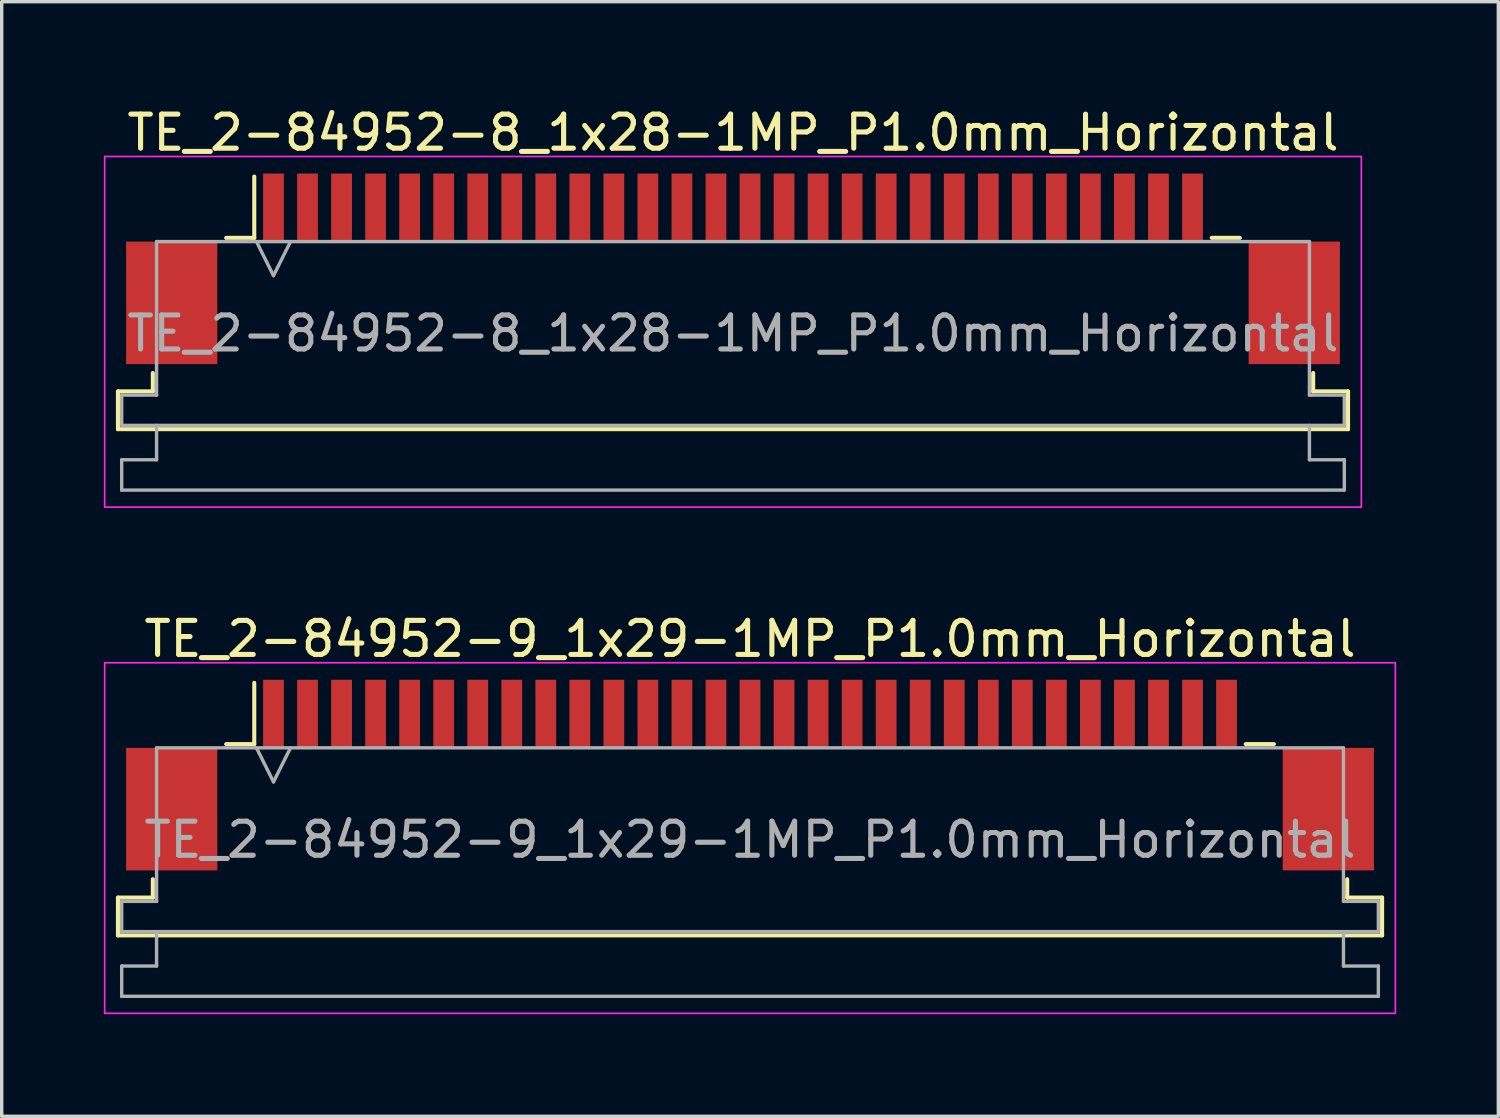
<source format=kicad_pcb>
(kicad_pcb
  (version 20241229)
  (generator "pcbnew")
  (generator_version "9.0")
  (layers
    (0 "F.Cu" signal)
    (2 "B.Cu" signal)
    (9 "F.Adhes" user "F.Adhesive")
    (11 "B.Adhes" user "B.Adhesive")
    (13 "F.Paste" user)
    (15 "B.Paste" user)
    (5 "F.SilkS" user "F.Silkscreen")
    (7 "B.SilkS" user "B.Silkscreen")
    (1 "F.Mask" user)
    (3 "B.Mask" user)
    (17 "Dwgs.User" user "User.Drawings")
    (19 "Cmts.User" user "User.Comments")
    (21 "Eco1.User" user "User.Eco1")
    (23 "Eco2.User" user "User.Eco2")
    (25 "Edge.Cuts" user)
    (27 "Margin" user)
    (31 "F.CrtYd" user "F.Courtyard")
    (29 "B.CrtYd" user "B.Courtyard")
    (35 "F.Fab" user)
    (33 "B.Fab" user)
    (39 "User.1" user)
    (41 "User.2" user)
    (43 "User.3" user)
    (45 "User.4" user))
  (footprint "TE_2-84952-9_1x29-1MP_P1.0mm_Horizontal"
    (layer "F.Cu")
    (at 18.985 19.721)
    (property "Reference" "TE_2-84952-9_1x29-1MP_P1.0mm_Horizontal" (at 0 -4 0) (layer "F.SilkS") (effects (font (size 1 1) (thickness 0.15))))
    (attr smd)
    (fp_line (start -18.57 3.6) (end -17.545 3.6) (stroke (width 0.12) (type solid)) (layer "F.SilkS"))
    (fp_line (start -18.57 4.71) (end -18.57 3.6) (stroke (width 0.12) (type solid)) (layer "F.SilkS"))
    (fp_line (start -17.545 3.6) (end -17.545 3.06) (stroke (width 0.12) (type solid)) (layer "F.SilkS"))
    (fp_line (start -15.39 -0.91) (end -14.565 -0.91) (stroke (width 0.12) (type solid)) (layer "F.SilkS"))
    (fp_line (start -14.565 -0.91) (end -14.565 -2.71) (stroke (width 0.12) (type solid)) (layer "F.SilkS"))
    (fp_line (start 14.565 -0.91) (end 15.39 -0.91) (stroke (width 0.12) (type solid)) (layer "F.SilkS"))
    (fp_line (start 17.545 3.06) (end 17.545 3.6) (stroke (width 0.12) (type solid)) (layer "F.SilkS"))
    (fp_line (start 17.545 3.6) (end 18.57 3.6) (stroke (width 0.12) (type solid)) (layer "F.SilkS"))
    (fp_line (start 18.57 3.6) (end 18.57 4.71) (stroke (width 0.12) (type solid)) (layer "F.SilkS"))
    (fp_line (start 18.57 4.71) (end -18.57 4.71) (stroke (width 0.12) (type solid)) (layer "F.SilkS"))
    (fp_line (start -18.96 -3.3) (end -18.96 7) (stroke (width 0.05) (type solid)) (layer "F.CrtYd"))
    (fp_line (start -18.96 7) (end 18.96 7) (stroke (width 0.05) (type solid)) (layer "F.CrtYd"))
    (fp_line (start 18.96 -3.3) (end -18.96 -3.3) (stroke (width 0.05) (type solid)) (layer "F.CrtYd"))
    (fp_line (start 18.96 7) (end 18.96 -3.3) (stroke (width 0.05) (type solid)) (layer "F.CrtYd"))
    (fp_line (start -18.46 3.71) (end -17.435 3.71) (stroke (width 0.1) (type solid)) (layer "F.Fab"))
    (fp_line (start -18.46 4.6) (end -18.46 3.71) (stroke (width 0.1) (type solid)) (layer "F.Fab"))
    (fp_line (start -18.46 5.61) (end -17.435 5.61) (stroke (width 0.1) (type solid)) (layer "F.Fab"))
    (fp_line (start -18.46 6.5) (end -18.46 5.61) (stroke (width 0.1) (type solid)) (layer "F.Fab"))
    (fp_line (start -17.435 -0.8) (end 17.435 -0.8) (stroke (width 0.1) (type solid)) (layer "F.Fab"))
    (fp_line (start -17.435 3.71) (end -17.435 -0.8) (stroke (width 0.1) (type solid)) (layer "F.Fab"))
    (fp_line (start -17.435 5.61) (end -17.435 4.6) (stroke (width 0.1) (type solid)) (layer "F.Fab"))
    (fp_line (start -14.5 -0.8) (end -14 0.2) (stroke (width 0.1) (type solid)) (layer "F.Fab"))
    (fp_line (start -14 0.2) (end -13.5 -0.8) (stroke (width 0.1) (type solid)) (layer "F.Fab"))
    (fp_line (start 17.435 -0.8) (end 17.435 3.71) (stroke (width 0.1) (type solid)) (layer "F.Fab"))
    (fp_line (start 17.435 3.71) (end 18.46 3.71) (stroke (width 0.1) (type solid)) (layer "F.Fab"))
    (fp_line (start 17.435 4.6) (end 17.435 5.61) (stroke (width 0.1) (type solid)) (layer "F.Fab"))
    (fp_line (start 17.435 5.61) (end 18.46 5.61) (stroke (width 0.1) (type solid)) (layer "F.Fab"))
    (fp_line (start 18.46 3.71) (end 18.46 4.6) (stroke (width 0.1) (type solid)) (layer "F.Fab"))
    (fp_line (start 18.46 4.6) (end -18.46 4.6) (stroke (width 0.1) (type solid)) (layer "F.Fab"))
    (fp_line (start 18.46 5.61) (end 18.46 6.5) (stroke (width 0.1) (type solid)) (layer "F.Fab"))
    (fp_line (start 18.46 6.5) (end -18.46 6.5) (stroke (width 0.1) (type solid)) (layer "F.Fab"))
    (fp_text user "${REFERENCE}" (at 0 1.9 0) (layer "F.Fab") (effects (font (size 1 1) (thickness 0.15))))
    (pad "1" smd rect (at -14 -1.8) (size 0.61 2) (layers "F.Cu" "F.Mask" "F.Paste"))
    (pad "2" smd rect (at -13 -1.8) (size 0.61 2) (layers "F.Cu" "F.Mask" "F.Paste"))
    (pad "3" smd rect (at -12 -1.8) (size 0.61 2) (layers "F.Cu" "F.Mask" "F.Paste"))
    (pad "4" smd rect (at -11 -1.8) (size 0.61 2) (layers "F.Cu" "F.Mask" "F.Paste"))
    (pad "5" smd rect (at -10 -1.8) (size 0.61 2) (layers "F.Cu" "F.Mask" "F.Paste"))
    (pad "6" smd rect (at -9 -1.8) (size 0.61 2) (layers "F.Cu" "F.Mask" "F.Paste"))
    (pad "7" smd rect (at -8 -1.8) (size 0.61 2) (layers "F.Cu" "F.Mask" "F.Paste"))
    (pad "8" smd rect (at -7 -1.8) (size 0.61 2) (layers "F.Cu" "F.Mask" "F.Paste"))
    (pad "9" smd rect (at -6 -1.8) (size 0.61 2) (layers "F.Cu" "F.Mask" "F.Paste"))
    (pad "10" smd rect (at -5 -1.8) (size 0.61 2) (layers "F.Cu" "F.Mask" "F.Paste"))
    (pad "11" smd rect (at -4 -1.8) (size 0.61 2) (layers "F.Cu" "F.Mask" "F.Paste"))
    (pad "12" smd rect (at -3 -1.8) (size 0.61 2) (layers "F.Cu" "F.Mask" "F.Paste"))
    (pad "13" smd rect (at -2 -1.8) (size 0.61 2) (layers "F.Cu" "F.Mask" "F.Paste"))
    (pad "14" smd rect (at -1 -1.8) (size 0.61 2) (layers "F.Cu" "F.Mask" "F.Paste"))
    (pad "15" smd rect (at 0 -1.8) (size 0.61 2) (layers "F.Cu" "F.Mask" "F.Paste"))
    (pad "16" smd rect (at 1 -1.8) (size 0.61 2) (layers "F.Cu" "F.Mask" "F.Paste"))
    (pad "17" smd rect (at 2 -1.8) (size 0.61 2) (layers "F.Cu" "F.Mask" "F.Paste"))
    (pad "18" smd rect (at 3 -1.8) (size 0.61 2) (layers "F.Cu" "F.Mask" "F.Paste"))
    (pad "19" smd rect (at 4 -1.8) (size 0.61 2) (layers "F.Cu" "F.Mask" "F.Paste"))
    (pad "20" smd rect (at 5 -1.8) (size 0.61 2) (layers "F.Cu" "F.Mask" "F.Paste"))
    (pad "21" smd rect (at 6 -1.8) (size 0.61 2) (layers "F.Cu" "F.Mask" "F.Paste"))
    (pad "22" smd rect (at 7 -1.8) (size 0.61 2) (layers "F.Cu" "F.Mask" "F.Paste"))
    (pad "23" smd rect (at 8 -1.8) (size 0.61 2) (layers "F.Cu" "F.Mask" "F.Paste"))
    (pad "24" smd rect (at 9 -1.8) (size 0.61 2) (layers "F.Cu" "F.Mask" "F.Paste"))
    (pad "25" smd rect (at 10 -1.8) (size 0.61 2) (layers "F.Cu" "F.Mask" "F.Paste"))
    (pad "26" smd rect (at 11 -1.8) (size 0.61 2) (layers "F.Cu" "F.Mask" "F.Paste"))
    (pad "27" smd rect (at 12 -1.8) (size 0.61 2) (layers "F.Cu" "F.Mask" "F.Paste"))
    (pad "28" smd rect (at 13 -1.8) (size 0.61 2) (layers "F.Cu" "F.Mask" "F.Paste"))
    (pad "29" smd rect (at 14 -1.8) (size 0.61 2) (layers "F.Cu" "F.Mask" "F.Paste"))
    (pad "MP" smd rect (at -16.99 1) (size 2.68 3.6) (layers "F.Cu" "F.Mask" "F.Paste"))
    (pad "MP" smd rect (at 16.99 1) (size 2.68 3.6) (layers "F.Cu" "F.Mask" "F.Paste")))
  (footprint "TE_2-84952-8_1x28-1MP_P1.0mm_Horizontal"
    (layer "F.Cu")
    (at 18.485 4.848)
    (property "Reference" "TE_2-84952-8_1x28-1MP_P1.0mm_Horizontal" (at 0 -4 0) (layer "F.SilkS") (effects (font (size 1 1) (thickness 0.15))))
    (attr smd)
    (fp_line (start -18.07 3.6) (end -17.045 3.6) (stroke (width 0.12) (type solid)) (layer "F.SilkS"))
    (fp_line (start -18.07 4.71) (end -18.07 3.6) (stroke (width 0.12) (type solid)) (layer "F.SilkS"))
    (fp_line (start -17.045 3.6) (end -17.045 3.06) (stroke (width 0.12) (type solid)) (layer "F.SilkS"))
    (fp_line (start -14.89 -0.91) (end -14.065 -0.91) (stroke (width 0.12) (type solid)) (layer "F.SilkS"))
    (fp_line (start -14.065 -0.91) (end -14.065 -2.71) (stroke (width 0.12) (type solid)) (layer "F.SilkS"))
    (fp_line (start 14.065 -0.91) (end 14.89 -0.91) (stroke (width 0.12) (type solid)) (layer "F.SilkS"))
    (fp_line (start 17.045 3.06) (end 17.045 3.6) (stroke (width 0.12) (type solid)) (layer "F.SilkS"))
    (fp_line (start 17.045 3.6) (end 18.07 3.6) (stroke (width 0.12) (type solid)) (layer "F.SilkS"))
    (fp_line (start 18.07 3.6) (end 18.07 4.71) (stroke (width 0.12) (type solid)) (layer "F.SilkS"))
    (fp_line (start 18.07 4.71) (end -18.07 4.71) (stroke (width 0.12) (type solid)) (layer "F.SilkS"))
    (fp_line (start -18.46 -3.3) (end -18.46 7) (stroke (width 0.05) (type solid)) (layer "F.CrtYd"))
    (fp_line (start -18.46 7) (end 18.46 7) (stroke (width 0.05) (type solid)) (layer "F.CrtYd"))
    (fp_line (start 18.46 -3.3) (end -18.46 -3.3) (stroke (width 0.05) (type solid)) (layer "F.CrtYd"))
    (fp_line (start 18.46 7) (end 18.46 -3.3) (stroke (width 0.05) (type solid)) (layer "F.CrtYd"))
    (fp_line (start -17.96 3.71) (end -16.935 3.71) (stroke (width 0.1) (type solid)) (layer "F.Fab"))
    (fp_line (start -17.96 4.6) (end -17.96 3.71) (stroke (width 0.1) (type solid)) (layer "F.Fab"))
    (fp_line (start -17.96 5.61) (end -16.935 5.61) (stroke (width 0.1) (type solid)) (layer "F.Fab"))
    (fp_line (start -17.96 6.5) (end -17.96 5.61) (stroke (width 0.1) (type solid)) (layer "F.Fab"))
    (fp_line (start -16.935 -0.8) (end 16.935 -0.8) (stroke (width 0.1) (type solid)) (layer "F.Fab"))
    (fp_line (start -16.935 3.71) (end -16.935 -0.8) (stroke (width 0.1) (type solid)) (layer "F.Fab"))
    (fp_line (start -16.935 5.61) (end -16.935 4.6) (stroke (width 0.1) (type solid)) (layer "F.Fab"))
    (fp_line (start -14 -0.8) (end -13.5 0.2) (stroke (width 0.1) (type solid)) (layer "F.Fab"))
    (fp_line (start -13.5 0.2) (end -13 -0.8) (stroke (width 0.1) (type solid)) (layer "F.Fab"))
    (fp_line (start 16.935 -0.8) (end 16.935 3.71) (stroke (width 0.1) (type solid)) (layer "F.Fab"))
    (fp_line (start 16.935 3.71) (end 17.96 3.71) (stroke (width 0.1) (type solid)) (layer "F.Fab"))
    (fp_line (start 16.935 4.6) (end 16.935 5.61) (stroke (width 0.1) (type solid)) (layer "F.Fab"))
    (fp_line (start 16.935 5.61) (end 17.96 5.61) (stroke (width 0.1) (type solid)) (layer "F.Fab"))
    (fp_line (start 17.96 3.71) (end 17.96 4.6) (stroke (width 0.1) (type solid)) (layer "F.Fab"))
    (fp_line (start 17.96 4.6) (end -17.96 4.6) (stroke (width 0.1) (type solid)) (layer "F.Fab"))
    (fp_line (start 17.96 5.61) (end 17.96 6.5) (stroke (width 0.1) (type solid)) (layer "F.Fab"))
    (fp_line (start 17.96 6.5) (end -17.96 6.5) (stroke (width 0.1) (type solid)) (layer "F.Fab"))
    (fp_text user "${REFERENCE}" (at 0 1.9 0) (layer "F.Fab") (effects (font (size 1 1) (thickness 0.15))))
    (pad "1" smd rect (at -13.5 -1.8) (size 0.61 2) (layers "F.Cu" "F.Mask" "F.Paste"))
    (pad "2" smd rect (at -12.5 -1.8) (size 0.61 2) (layers "F.Cu" "F.Mask" "F.Paste"))
    (pad "3" smd rect (at -11.5 -1.8) (size 0.61 2) (layers "F.Cu" "F.Mask" "F.Paste"))
    (pad "4" smd rect (at -10.5 -1.8) (size 0.61 2) (layers "F.Cu" "F.Mask" "F.Paste"))
    (pad "5" smd rect (at -9.5 -1.8) (size 0.61 2) (layers "F.Cu" "F.Mask" "F.Paste"))
    (pad "6" smd rect (at -8.5 -1.8) (size 0.61 2) (layers "F.Cu" "F.Mask" "F.Paste"))
    (pad "7" smd rect (at -7.5 -1.8) (size 0.61 2) (layers "F.Cu" "F.Mask" "F.Paste"))
    (pad "8" smd rect (at -6.5 -1.8) (size 0.61 2) (layers "F.Cu" "F.Mask" "F.Paste"))
    (pad "9" smd rect (at -5.5 -1.8) (size 0.61 2) (layers "F.Cu" "F.Mask" "F.Paste"))
    (pad "10" smd rect (at -4.5 -1.8) (size 0.61 2) (layers "F.Cu" "F.Mask" "F.Paste"))
    (pad "11" smd rect (at -3.5 -1.8) (size 0.61 2) (layers "F.Cu" "F.Mask" "F.Paste"))
    (pad "12" smd rect (at -2.5 -1.8) (size 0.61 2) (layers "F.Cu" "F.Mask" "F.Paste"))
    (pad "13" smd rect (at -1.5 -1.8) (size 0.61 2) (layers "F.Cu" "F.Mask" "F.Paste"))
    (pad "14" smd rect (at -0.5 -1.8) (size 0.61 2) (layers "F.Cu" "F.Mask" "F.Paste"))
    (pad "15" smd rect (at 0.5 -1.8) (size 0.61 2) (layers "F.Cu" "F.Mask" "F.Paste"))
    (pad "16" smd rect (at 1.5 -1.8) (size 0.61 2) (layers "F.Cu" "F.Mask" "F.Paste"))
    (pad "17" smd rect (at 2.5 -1.8) (size 0.61 2) (layers "F.Cu" "F.Mask" "F.Paste"))
    (pad "18" smd rect (at 3.5 -1.8) (size 0.61 2) (layers "F.Cu" "F.Mask" "F.Paste"))
    (pad "19" smd rect (at 4.5 -1.8) (size 0.61 2) (layers "F.Cu" "F.Mask" "F.Paste"))
    (pad "20" smd rect (at 5.5 -1.8) (size 0.61 2) (layers "F.Cu" "F.Mask" "F.Paste"))
    (pad "21" smd rect (at 6.5 -1.8) (size 0.61 2) (layers "F.Cu" "F.Mask" "F.Paste"))
    (pad "22" smd rect (at 7.5 -1.8) (size 0.61 2) (layers "F.Cu" "F.Mask" "F.Paste"))
    (pad "23" smd rect (at 8.5 -1.8) (size 0.61 2) (layers "F.Cu" "F.Mask" "F.Paste"))
    (pad "24" smd rect (at 9.5 -1.8) (size 0.61 2) (layers "F.Cu" "F.Mask" "F.Paste"))
    (pad "25" smd rect (at 10.5 -1.8) (size 0.61 2) (layers "F.Cu" "F.Mask" "F.Paste"))
    (pad "26" smd rect (at 11.5 -1.8) (size 0.61 2) (layers "F.Cu" "F.Mask" "F.Paste"))
    (pad "27" smd rect (at 12.5 -1.8) (size 0.61 2) (layers "F.Cu" "F.Mask" "F.Paste"))
    (pad "28" smd rect (at 13.5 -1.8) (size 0.61 2) (layers "F.Cu" "F.Mask" "F.Paste"))
    (pad "MP" smd rect (at -16.49 1) (size 2.68 3.6) (layers "F.Cu" "F.Mask" "F.Paste"))
    (pad "MP" smd rect (at 16.49 1) (size 2.68 3.6) (layers "F.Cu" "F.Mask" "F.Paste")))
  (gr_rect
    (start -3 -3)
    (end 40.97 29.747)
    (stroke (width 0.1) (type default))
    (fill no)
    (layer "Edge.Cuts")))
</source>
